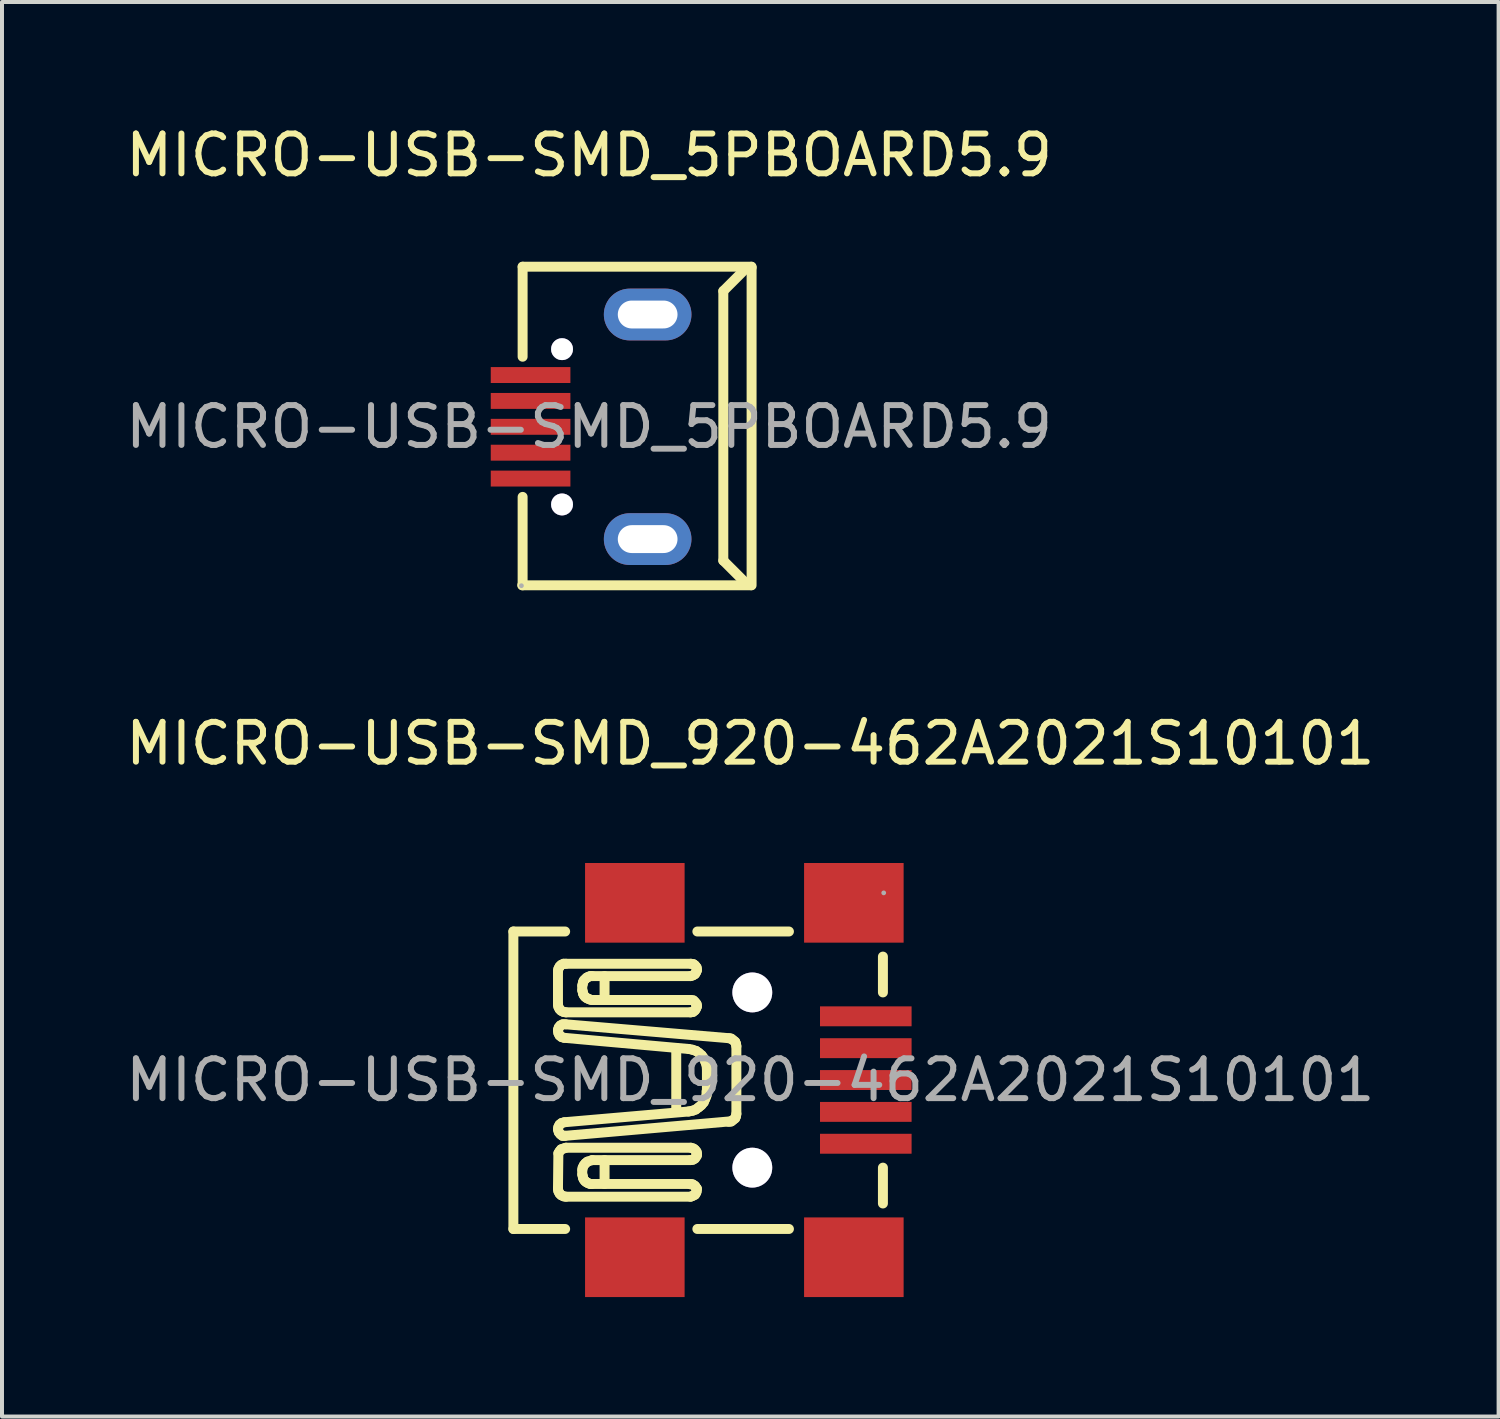
<source format=kicad_pcb>
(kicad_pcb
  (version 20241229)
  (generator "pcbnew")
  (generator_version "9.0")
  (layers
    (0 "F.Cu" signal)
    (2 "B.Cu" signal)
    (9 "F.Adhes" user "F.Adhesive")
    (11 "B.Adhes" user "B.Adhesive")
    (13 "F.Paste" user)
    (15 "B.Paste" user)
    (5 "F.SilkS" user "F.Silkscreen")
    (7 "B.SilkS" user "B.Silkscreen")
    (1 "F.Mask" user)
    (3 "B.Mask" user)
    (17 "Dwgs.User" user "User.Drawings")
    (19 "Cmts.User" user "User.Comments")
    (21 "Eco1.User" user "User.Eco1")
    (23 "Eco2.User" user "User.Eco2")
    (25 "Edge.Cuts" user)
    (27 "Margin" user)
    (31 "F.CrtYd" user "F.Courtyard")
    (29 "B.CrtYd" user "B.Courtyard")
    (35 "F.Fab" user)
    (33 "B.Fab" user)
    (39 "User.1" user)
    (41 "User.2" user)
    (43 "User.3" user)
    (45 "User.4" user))
  (footprint "MICRO-USB-SMD_920-462A2021S10101"
    (layer "F.Cu")
    (at 15.792 24.072)
    (property "Reference" "MICRO-USB-SMD_920-462A2021S10101" (at 0 -8.45 0) (layer "F.SilkS") (effects (font (size 1 1) (thickness 0.15))))
    (attr through_hole)
    (fp_line (start -5.95 -3.73) (end -5.95 3.74) (stroke (width 0.25) (type solid)) (layer "F.SilkS"))
    (fp_line (start -5.95 -3.73) (end -4.65 -3.73) (stroke (width 0.25) (type solid)) (layer "F.SilkS"))
    (fp_line (start -5.95 3.74) (end -4.65 3.74) (stroke (width 0.25) (type solid)) (layer "F.SilkS"))
    (fp_line (start -4.83 -1.9) (end -4.83 -2.73) (stroke (width 0.25) (type solid)) (layer "F.SilkS"))
    (fp_line (start -4.83 -1.9) (end -4.82 -1.84) (stroke (width 0.25) (type solid)) (layer "F.SilkS"))
    (fp_line (start -4.83 -1.25) (end -4.82 -1.18) (stroke (width 0.25) (type solid)) (layer "F.SilkS"))
    (fp_line (start -4.83 1.24) (end -4.81 1.31) (stroke (width 0.25) (type solid)) (layer "F.SilkS"))
    (fp_line (start -4.83 2.73) (end -4.82 2.79) (stroke (width 0.25) (type solid)) (layer "F.SilkS"))
    (fp_line (start -4.82 -2.79) (end -4.83 -2.73) (stroke (width 0.25) (type solid)) (layer "F.SilkS"))
    (fp_line (start -4.82 -1.84) (end -4.79 -1.78) (stroke (width 0.25) (type solid)) (layer "F.SilkS"))
    (fp_line (start -4.82 -1.28) (end -4.83 -1.25) (stroke (width 0.25) (type solid)) (layer "F.SilkS"))
    (fp_line (start -4.82 -1.18) (end -4.79 -1.12) (stroke (width 0.25) (type solid)) (layer "F.SilkS"))
    (fp_line (start -4.82 1.18) (end -4.83 1.24) (stroke (width 0.25) (type solid)) (layer "F.SilkS"))
    (fp_line (start -4.82 1.84) (end -4.83 2.73) (stroke (width 0.25) (type solid)) (layer "F.SilkS"))
    (fp_line (start -4.82 2.79) (end -4.79 2.85) (stroke (width 0.25) (type solid)) (layer "F.SilkS"))
    (fp_line (start -4.81 -1.32) (end -4.82 -1.28) (stroke (width 0.25) (type solid)) (layer "F.SilkS"))
    (fp_line (start -4.81 1.31) (end -4.77 1.36) (stroke (width 0.25) (type solid)) (layer "F.SilkS"))
    (fp_line (start -4.79 -2.85) (end -4.82 -2.79) (stroke (width 0.25) (type solid)) (layer "F.SilkS"))
    (fp_line (start -4.79 -1.78) (end -4.75 -1.74) (stroke (width 0.25) (type solid)) (layer "F.SilkS"))
    (fp_line (start -4.79 -1.12) (end -4.74 -1.08) (stroke (width 0.25) (type solid)) (layer "F.SilkS"))
    (fp_line (start -4.79 1.12) (end -4.82 1.18) (stroke (width 0.25) (type solid)) (layer "F.SilkS"))
    (fp_line (start -4.79 1.79) (end -4.82 1.84) (stroke (width 0.25) (type solid)) (layer "F.SilkS"))
    (fp_line (start -4.79 2.85) (end -4.75 2.89) (stroke (width 0.25) (type solid)) (layer "F.SilkS"))
    (fp_line (start -4.77 -1.37) (end -4.81 -1.32) (stroke (width 0.25) (type solid)) (layer "F.SilkS"))
    (fp_line (start -4.77 1.36) (end -4.72 1.4) (stroke (width 0.25) (type solid)) (layer "F.SilkS"))
    (fp_line (start -4.75 -2.89) (end -4.79 -2.85) (stroke (width 0.25) (type solid)) (layer "F.SilkS"))
    (fp_line (start -4.75 -1.74) (end -4.69 -1.71) (stroke (width 0.25) (type solid)) (layer "F.SilkS"))
    (fp_line (start -4.75 1.74) (end -4.79 1.79) (stroke (width 0.25) (type solid)) (layer "F.SilkS"))
    (fp_line (start -4.75 2.89) (end -4.69 2.92) (stroke (width 0.25) (type solid)) (layer "F.SilkS"))
    (fp_line (start -4.74 -1.08) (end -4.68 -1.06) (stroke (width 0.25) (type solid)) (layer "F.SilkS"))
    (fp_line (start -4.74 1.08) (end -4.79 1.12) (stroke (width 0.25) (type solid)) (layer "F.SilkS"))
    (fp_line (start -4.72 1.4) (end -4.68 1.4) (stroke (width 0.25) (type solid)) (layer "F.SilkS"))
    (fp_line (start -4.71 -1.4) (end -4.77 -1.37) (stroke (width 0.25) (type solid)) (layer "F.SilkS"))
    (fp_line (start -4.69 -2.92) (end -4.75 -2.89) (stroke (width 0.25) (type solid)) (layer "F.SilkS"))
    (fp_line (start -4.69 -1.71) (end -4.63 -1.7) (stroke (width 0.25) (type solid)) (layer "F.SilkS"))
    (fp_line (start -4.69 1.72) (end -4.75 1.74) (stroke (width 0.25) (type solid)) (layer "F.SilkS"))
    (fp_line (start -4.69 2.92) (end -4.63 2.93) (stroke (width 0.25) (type solid)) (layer "F.SilkS"))
    (fp_line (start -4.68 1.4) (end -4.65 1.4) (stroke (width 0.25) (type solid)) (layer "F.SilkS"))
    (fp_line (start -4.67 -1.06) (end -1.55 -0.78) (stroke (width 0.25) (type solid)) (layer "F.SilkS"))
    (fp_line (start -4.67 1.06) (end -4.74 1.08) (stroke (width 0.25) (type solid)) (layer "F.SilkS"))
    (fp_line (start -4.67 1.06) (end -1.55 0.79) (stroke (width 0.25) (type solid)) (layer "F.SilkS"))
    (fp_line (start -4.64 -1.4) (end -4.71 -1.4) (stroke (width 0.25) (type solid)) (layer "F.SilkS"))
    (fp_line (start -4.64 -1.4) (end -0.53 -1.05) (stroke (width 0.25) (type solid)) (layer "F.SilkS"))
    (fp_line (start -4.64 1.4) (end -0.53 1.04) (stroke (width 0.25) (type solid)) (layer "F.SilkS"))
    (fp_line (start -4.63 -2.92) (end -4.69 -2.92) (stroke (width 0.25) (type solid)) (layer "F.SilkS"))
    (fp_line (start -4.63 -2.92) (end -1.5 -2.92) (stroke (width 0.25) (type solid)) (layer "F.SilkS"))
    (fp_line (start -4.63 -1.7) (end -1.5 -1.7) (stroke (width 0.25) (type solid)) (layer "F.SilkS"))
    (fp_line (start -4.63 1.7) (end -4.69 1.72) (stroke (width 0.25) (type solid)) (layer "F.SilkS"))
    (fp_line (start -4.63 1.7) (end -1.5 1.7) (stroke (width 0.25) (type solid)) (layer "F.SilkS"))
    (fp_line (start -4.63 2.93) (end -1.5 2.93) (stroke (width 0.25) (type solid)) (layer "F.SilkS"))
    (fp_line (start -4.22 -2.26) (end -4.22 -2.36) (stroke (width 0.25) (type solid)) (layer "F.SilkS"))
    (fp_line (start -4.22 -2.26) (end -4.21 -2.22) (stroke (width 0.25) (type solid)) (layer "F.SilkS"))
    (fp_line (start -4.22 2.26) (end -4.22 2.36) (stroke (width 0.25) (type solid)) (layer "F.SilkS"))
    (fp_line (start -4.22 2.37) (end -4.21 2.41) (stroke (width 0.25) (type solid)) (layer "F.SilkS"))
    (fp_line (start -4.21 -2.41) (end -4.22 -2.37) (stroke (width 0.25) (type solid)) (layer "F.SilkS"))
    (fp_line (start -4.21 -2.22) (end -4.2 -2.17) (stroke (width 0.25) (type solid)) (layer "F.SilkS"))
    (fp_line (start -4.21 2.2) (end -4.22 2.26) (stroke (width 0.25) (type solid)) (layer "F.SilkS"))
    (fp_line (start -4.21 2.41) (end -4.2 2.46) (stroke (width 0.25) (type solid)) (layer "F.SilkS"))
    (fp_line (start -4.2 -2.46) (end -4.21 -2.41) (stroke (width 0.25) (type solid)) (layer "F.SilkS"))
    (fp_line (start -4.2 -2.17) (end -4.18 -2.13) (stroke (width 0.25) (type solid)) (layer "F.SilkS"))
    (fp_line (start -4.2 2.46) (end -4.18 2.5) (stroke (width 0.25) (type solid)) (layer "F.SilkS"))
    (fp_line (start -4.18 -2.5) (end -4.2 -2.46) (stroke (width 0.25) (type solid)) (layer "F.SilkS"))
    (fp_line (start -4.18 -2.13) (end -4.15 -2.09) (stroke (width 0.25) (type solid)) (layer "F.SilkS"))
    (fp_line (start -4.18 2.14) (end -4.21 2.2) (stroke (width 0.25) (type solid)) (layer "F.SilkS"))
    (fp_line (start -4.18 2.5) (end -4.15 2.54) (stroke (width 0.25) (type solid)) (layer "F.SilkS"))
    (fp_line (start -4.15 -2.53) (end -4.18 -2.5) (stroke (width 0.25) (type solid)) (layer "F.SilkS"))
    (fp_line (start -4.15 -2.09) (end -4.11 -2.06) (stroke (width 0.25) (type solid)) (layer "F.SilkS"))
    (fp_line (start -4.15 2.54) (end -4.11 2.57) (stroke (width 0.25) (type solid)) (layer "F.SilkS"))
    (fp_line (start -4.14 2.09) (end -4.18 2.14) (stroke (width 0.25) (type solid)) (layer "F.SilkS"))
    (fp_line (start -4.11 -2.57) (end -4.15 -2.53) (stroke (width 0.25) (type solid)) (layer "F.SilkS"))
    (fp_line (start -4.11 -2.06) (end -4.07 -2.04) (stroke (width 0.25) (type solid)) (layer "F.SilkS"))
    (fp_line (start -4.11 2.57) (end -4.07 2.59) (stroke (width 0.25) (type solid)) (layer "F.SilkS"))
    (fp_line (start -4.09 2.05) (end -4.14 2.09) (stroke (width 0.25) (type solid)) (layer "F.SilkS"))
    (fp_line (start -4.07 -2.59) (end -4.11 -2.57) (stroke (width 0.25) (type solid)) (layer "F.SilkS"))
    (fp_line (start -4.07 -2.04) (end -4.02 -2.02) (stroke (width 0.25) (type solid)) (layer "F.SilkS"))
    (fp_line (start -4.07 2.59) (end -4.02 2.61) (stroke (width 0.25) (type solid)) (layer "F.SilkS"))
    (fp_line (start -4.02 -2.61) (end -4.07 -2.59) (stroke (width 0.25) (type solid)) (layer "F.SilkS"))
    (fp_line (start -4.02 -2.02) (end -3.98 -2.01) (stroke (width 0.25) (type solid)) (layer "F.SilkS"))
    (fp_line (start -4.02 2.61) (end -3.98 2.61) (stroke (width 0.25) (type solid)) (layer "F.SilkS"))
    (fp_line (start -3.97 -2.61) (end -4.02 -2.61) (stroke (width 0.25) (type solid)) (layer "F.SilkS"))
    (fp_line (start -3.97 -2.61) (end -1.5 -2.61) (stroke (width 0.25) (type solid)) (layer "F.SilkS"))
    (fp_line (start -3.97 -2.01) (end -1.5 -2.01) (stroke (width 0.25) (type solid)) (layer "F.SilkS"))
    (fp_line (start -3.97 2.01) (end -4.09 2.05) (stroke (width 0.25) (type solid)) (layer "F.SilkS"))
    (fp_line (start -3.97 2.61) (end -1.5 2.61) (stroke (width 0.25) (type solid)) (layer "F.SilkS"))
    (fp_line (start -3.66 -2.01) (end -3.66 -2.61) (stroke (width 0.25) (type solid)) (layer "F.SilkS"))
    (fp_line (start -3.66 2.01) (end -3.66 2.61) (stroke (width 0.25) (type solid)) (layer "F.SilkS"))
    (fp_line (start -1.86 0.79) (end -1.86 -0.78) (stroke (width 0.25) (type solid)) (layer "F.SilkS"))
    (fp_line (start -1.55 0.79) (end -1.45 0.77) (stroke (width 0.25) (type solid)) (layer "F.SilkS"))
    (fp_line (start -1.5 -2.61) (end -1.44 -2.63) (stroke (width 0.25) (type solid)) (layer "F.SilkS"))
    (fp_line (start -1.5 -1.7) (end -1.44 -1.71) (stroke (width 0.25) (type solid)) (layer "F.SilkS"))
    (fp_line (start -1.5 2.01) (end -3.97 2.01) (stroke (width 0.25) (type solid)) (layer "F.SilkS"))
    (fp_line (start -1.5 2.01) (end -1.44 2) (stroke (width 0.25) (type solid)) (layer "F.SilkS"))
    (fp_line (start -1.5 2.93) (end -1.45 2.91) (stroke (width 0.25) (type solid)) (layer "F.SilkS"))
    (fp_line (start -1.45 -0.76) (end -1.54 -0.78) (stroke (width 0.25) (type solid)) (layer "F.SilkS"))
    (fp_line (start -1.45 0.77) (end -1.37 0.74) (stroke (width 0.25) (type solid)) (layer "F.SilkS"))
    (fp_line (start -1.45 2.62) (end -1.5 2.62) (stroke (width 0.25) (type solid)) (layer "F.SilkS"))
    (fp_line (start -1.45 2.91) (end -1.39 2.88) (stroke (width 0.25) (type solid)) (layer "F.SilkS"))
    (fp_line (start -1.44 -2.63) (end -1.39 -2.66) (stroke (width 0.25) (type solid)) (layer "F.SilkS"))
    (fp_line (start -1.44 -1.71) (end -1.39 -1.75) (stroke (width 0.25) (type solid)) (layer "F.SilkS"))
    (fp_line (start -1.44 2) (end -1.39 1.97) (stroke (width 0.25) (type solid)) (layer "F.SilkS"))
    (fp_line (start -1.43 -2.91) (end -1.49 -2.92) (stroke (width 0.25) (type solid)) (layer "F.SilkS"))
    (fp_line (start -1.43 -2) (end -1.49 -2.01) (stroke (width 0.25) (type solid)) (layer "F.SilkS"))
    (fp_line (start -1.43 1.72) (end -1.49 1.7) (stroke (width 0.25) (type solid)) (layer "F.SilkS"))
    (fp_line (start -1.42 2.64) (end -1.45 2.62) (stroke (width 0.25) (type solid)) (layer "F.SilkS"))
    (fp_line (start -1.39 -2.88) (end -1.43 -2.91) (stroke (width 0.25) (type solid)) (layer "F.SilkS"))
    (fp_line (start -1.39 -2.66) (end -1.36 -2.71) (stroke (width 0.25) (type solid)) (layer "F.SilkS"))
    (fp_line (start -1.39 -1.96) (end -1.43 -2) (stroke (width 0.25) (type solid)) (layer "F.SilkS"))
    (fp_line (start -1.39 -1.75) (end -1.36 -1.8) (stroke (width 0.25) (type solid)) (layer "F.SilkS"))
    (fp_line (start -1.39 1.75) (end -1.43 1.72) (stroke (width 0.25) (type solid)) (layer "F.SilkS"))
    (fp_line (start -1.39 1.97) (end -1.36 1.92) (stroke (width 0.25) (type solid)) (layer "F.SilkS"))
    (fp_line (start -1.39 2.66) (end -1.42 2.64) (stroke (width 0.25) (type solid)) (layer "F.SilkS"))
    (fp_line (start -1.39 2.88) (end -1.36 2.83) (stroke (width 0.25) (type solid)) (layer "F.SilkS"))
    (fp_line (start -1.37 0.74) (end -1.29 0.68) (stroke (width 0.25) (type solid)) (layer "F.SilkS"))
    (fp_line (start -1.37 2.69) (end -1.39 2.66) (stroke (width 0.25) (type solid)) (layer "F.SilkS"))
    (fp_line (start -1.36 -2.71) (end -1.34 -2.76) (stroke (width 0.25) (type solid)) (layer "F.SilkS"))
    (fp_line (start -1.36 -1.8) (end -1.34 -1.85) (stroke (width 0.25) (type solid)) (layer "F.SilkS"))
    (fp_line (start -1.36 -0.73) (end -1.45 -0.76) (stroke (width 0.25) (type solid)) (layer "F.SilkS"))
    (fp_line (start -1.36 1.92) (end -1.34 1.86) (stroke (width 0.25) (type solid)) (layer "F.SilkS"))
    (fp_line (start -1.36 2.83) (end -1.35 2.8) (stroke (width 0.25) (type solid)) (layer "F.SilkS"))
    (fp_line (start -1.35 -2.83) (end -1.39 -2.88) (stroke (width 0.25) (type solid)) (layer "F.SilkS"))
    (fp_line (start -1.35 -2.8) (end -1.35 -2.83) (stroke (width 0.25) (type solid)) (layer "F.SilkS"))
    (fp_line (start -1.35 -1.91) (end -1.39 -1.96) (stroke (width 0.25) (type solid)) (layer "F.SilkS"))
    (fp_line (start -1.35 -1.88) (end -1.35 -1.91) (stroke (width 0.25) (type solid)) (layer "F.SilkS"))
    (fp_line (start -1.35 1.8) (end -1.39 1.75) (stroke (width 0.25) (type solid)) (layer "F.SilkS"))
    (fp_line (start -1.35 1.83) (end -1.35 1.8) (stroke (width 0.25) (type solid)) (layer "F.SilkS"))
    (fp_line (start -1.35 2.72) (end -1.37 2.69) (stroke (width 0.25) (type solid)) (layer "F.SilkS"))
    (fp_line (start -1.35 2.75) (end -1.35 2.72) (stroke (width 0.25) (type solid)) (layer "F.SilkS"))
    (fp_line (start -1.35 2.8) (end -1.35 2.75) (stroke (width 0.25) (type solid)) (layer "F.SilkS"))
    (fp_line (start -1.34 -2.76) (end -1.35 -2.8) (stroke (width 0.25) (type solid)) (layer "F.SilkS"))
    (fp_line (start -1.34 -1.85) (end -1.35 -1.88) (stroke (width 0.25) (type solid)) (layer "F.SilkS"))
    (fp_line (start -1.34 1.86) (end -1.35 1.83) (stroke (width 0.25) (type solid)) (layer "F.SilkS"))
    (fp_line (start -1.34 1.9) (end -1.34 1.9) (stroke (width 0.25) (type solid)) (layer "F.SilkS"))
    (fp_line (start -1.34 2.73) (end -1.34 2.73) (stroke (width 0.25) (type solid)) (layer "F.SilkS"))
    (fp_line (start -1.33 -3.73) (end 0.97 -3.73) (stroke (width 0.25) (type solid)) (layer "F.SilkS"))
    (fp_line (start -1.33 3.74) (end 0.97 3.74) (stroke (width 0.25) (type solid)) (layer "F.SilkS"))
    (fp_line (start -1.29 -0.68) (end -1.36 -0.73) (stroke (width 0.25) (type solid)) (layer "F.SilkS"))
    (fp_line (start -1.29 0.68) (end -1.23 0.63) (stroke (width 0.25) (type solid)) (layer "F.SilkS"))
    (fp_line (start -1.23 0.63) (end -1.17 0.56) (stroke (width 0.25) (type solid)) (layer "F.SilkS"))
    (fp_line (start -1.22 -0.62) (end -1.29 -0.68) (stroke (width 0.25) (type solid)) (layer "F.SilkS"))
    (fp_line (start -1.17 -0.55) (end -1.22 -0.62) (stroke (width 0.25) (type solid)) (layer "F.SilkS"))
    (fp_line (start -1.17 0.56) (end -1.13 0.47) (stroke (width 0.25) (type solid)) (layer "F.SilkS"))
    (fp_line (start -1.13 -0.46) (end -1.17 -0.55) (stroke (width 0.25) (type solid)) (layer "F.SilkS"))
    (fp_line (start -1.13 0.47) (end -1.1 0.39) (stroke (width 0.25) (type solid)) (layer "F.SilkS"))
    (fp_line (start -1.1 -0.38) (end -1.13 -0.46) (stroke (width 0.25) (type solid)) (layer "F.SilkS"))
    (fp_line (start -1.1 0.39) (end -1.1 0.29) (stroke (width 0.25) (type solid)) (layer "F.SilkS"))
    (fp_line (start -1.09 -0.28) (end -1.1 -0.38) (stroke (width 0.25) (type solid)) (layer "F.SilkS"))
    (fp_line (start -1.09 0.29) (end -1.09 -0.28) (stroke (width 0.25) (type solid)) (layer "F.SilkS"))
    (fp_line (start -0.54 1.05) (end -0.48 1.04) (stroke (width 0.25) (type solid)) (layer "F.SilkS"))
    (fp_line (start -0.48 -1.04) (end -0.54 -1.05) (stroke (width 0.25) (type solid)) (layer "F.SilkS"))
    (fp_line (start -0.48 1.04) (end -0.43 1) (stroke (width 0.25) (type solid)) (layer "F.SilkS"))
    (fp_line (start -0.43 -1) (end -0.48 -1.04) (stroke (width 0.25) (type solid)) (layer "F.SilkS"))
    (fp_line (start -0.43 1) (end -0.38 0.96) (stroke (width 0.25) (type solid)) (layer "F.SilkS"))
    (fp_line (start -0.38 -0.96) (end -0.43 -1) (stroke (width 0.25) (type solid)) (layer "F.SilkS"))
    (fp_line (start -0.38 0.96) (end -0.36 0.91) (stroke (width 0.25) (type solid)) (layer "F.SilkS"))
    (fp_line (start -0.36 -0.91) (end -0.38 -0.96) (stroke (width 0.25) (type solid)) (layer "F.SilkS"))
    (fp_line (start -0.36 0.91) (end -0.35 0.85) (stroke (width 0.25) (type solid)) (layer "F.SilkS"))
    (fp_line (start -0.35 -0.85) (end -0.36 -0.91) (stroke (width 0.25) (type solid)) (layer "F.SilkS"))
    (fp_line (start -0.35 -0.85) (end -0.35 0.85) (stroke (width 0.25) (type solid)) (layer "F.SilkS"))
    (fp_line (start 3.33 -3.1) (end 3.33 -2.2) (stroke (width 0.25) (type solid)) (layer "F.SilkS"))
    (fp_line (start 3.33 2.2) (end 3.33 3.1) (stroke (width 0.25) (type solid)) (layer "F.SilkS"))
    (fp_circle (center 0.05 -2.2) (end 0.25 -2.2) (stroke (width 0.4) (type solid)) (fill no) (layer "Cmts.User"))
    (fp_circle (center 0.05 2.2) (end 0.25 2.2) (stroke (width 0.4) (type solid)) (fill no) (layer "Cmts.User"))
    (fp_circle (center 3.35 -4.7) (end 3.38 -4.7) (stroke (width 0.06) (type solid)) (fill no) (layer "F.Fab"))
    (fp_text user "${REFERENCE}" (at 0 0 0) (layer "F.Fab") (effects (font (size 1 1) (thickness 0.15))))
    (pad "" thru_hole circle (at 0.05 -2.2) (size 1 1) (drill 1) (layers "*.Cu" "*.Mask"))
    (pad "" thru_hole circle (at 0.05 2.2) (size 1 1) (drill 1) (layers "*.Cu" "*.Mask"))
    (pad "1" smd rect (at 2.9 -1.6) (size 2.3 0.5) (layers "F.Cu" "F.Mask" "F.Paste"))
    (pad "2" smd rect (at 2.9 -0.8) (size 2.3 0.5) (layers "F.Cu" "F.Mask" "F.Paste"))
    (pad "3" smd rect (at 2.9 0) (size 2.3 0.5) (layers "F.Cu" "F.Mask" "F.Paste"))
    (pad "4" smd rect (at 2.9 0.8) (size 2.3 0.5) (layers "F.Cu" "F.Mask" "F.Paste"))
    (pad "5" smd rect (at 2.9 1.6) (size 2.3 0.5) (layers "F.Cu" "F.Mask" "F.Paste"))
    (pad "SH1" smd rect (at 2.6 -4.45 180) (size 2.5 2) (layers "F.Cu" "F.Mask" "F.Paste"))
    (pad "SH2" smd rect (at -2.9 -4.45 180) (size 2.5 2) (layers "F.Cu" "F.Mask" "F.Paste"))
    (pad "SH3" smd rect (at 2.6 4.45 180) (size 2.5 2) (layers "F.Cu" "F.Mask" "F.Paste"))
    (pad "SH4" smd rect (at -2.9 4.45 180) (size 2.5 2) (layers "F.Cu" "F.Mask" "F.Paste")))
  (footprint "MICRO-USB-SMD_5PBOARD5.9"
    (layer "F.Cu")
    (at 11.744 7.668)
    (property "Reference" "MICRO-USB-SMD_5PBOARD5.9" (at 0 -6.82 0) (layer "F.SilkS") (effects (font (size 1 1) (thickness 0.15))))
    (attr through_hole)
    (fp_line (start -1.68 3.98) (end 4.06 3.98) (stroke (width 0.25) (type solid)) (layer "F.SilkS"))
    (fp_line (start -1.67 -4.02) (end -1.67 -1.76) (stroke (width 0.25) (type solid)) (layer "F.SilkS"))
    (fp_line (start -1.67 -4.02) (end 4.07 -4.02) (stroke (width 0.25) (type solid)) (layer "F.SilkS"))
    (fp_line (start -1.67 1.76) (end -1.67 3.98) (stroke (width 0.25) (type solid)) (layer "F.SilkS"))
    (fp_line (start 3.37 -3.41) (end 3.37 3.36) (stroke (width 0.25) (type solid)) (layer "F.SilkS"))
    (fp_line (start 3.96 -4) (end 3.37 -3.41) (stroke (width 0.25) (type solid)) (layer "F.SilkS"))
    (fp_line (start 3.96 3.95) (end 3.37 3.36) (stroke (width 0.25) (type solid)) (layer "F.SilkS"))
    (fp_line (start 4.06 3.95) (end 3.96 3.95) (stroke (width 0.25) (type solid)) (layer "F.SilkS"))
    (fp_line (start 4.08 -4.02) (end 4.08 3.98) (stroke (width 0.25) (type solid)) (layer "F.SilkS"))
    (fp_line (start 4.08 -4) (end 3.96 -4) (stroke (width 0.25) (type solid)) (layer "F.SilkS"))
    (fp_circle (center -1.7 3.99) (end -1.67 3.99) (stroke (width 0.06) (type solid)) (fill no) (layer "F.Fab"))
    (fp_text user "${REFERENCE}" (at 0 0 0) (layer "F.Fab") (effects (font (size 1 1) (thickness 0.15))))
    (pad "" thru_hole circle (at -0.68 -1.95) (size 0.55 0.55) (drill 0.55) (layers "*.Cu" "*.Mask"))
    (pad "" thru_hole circle (at -0.68 1.95) (size 0.55 0.55) (drill 0.55) (layers "*.Cu" "*.Mask"))
    (pad "1" smd rect (at -1.47 1.3) (size 2 0.4) (layers "F.Cu" "F.Mask" "F.Paste"))
    (pad "2" smd rect (at -1.47 0.65) (size 2 0.4) (layers "F.Cu" "F.Mask" "F.Paste"))
    (pad "3" smd rect (at -1.47 0) (size 2 0.4) (layers "F.Cu" "F.Mask" "F.Paste"))
    (pad "4" smd rect (at -1.47 -0.65) (size 2 0.4) (layers "F.Cu" "F.Mask" "F.Paste"))
    (pad "5" smd rect (at -1.47 -1.3) (size 2 0.4) (layers "F.Cu" "F.Mask" "F.Paste"))
    (pad "6" thru_hole oval (at 1.47 -2.82 90) (size 1.3 2.2) (drill oval 0.7 1.5) (layers "*.Cu" "*.Paste" "*.Mask"))
    (pad "7" thru_hole oval (at 1.47 2.82 90) (size 1.3 2.2) (drill oval 0.7 1.5) (layers "*.Cu" "*.Paste" "*.Mask")))
  (gr_rect
    (start -3 -3)
    (end 34.583 32.522)
    (stroke (width 0.1) (type default))
    (fill no)
    (layer "Edge.Cuts")))
</source>
